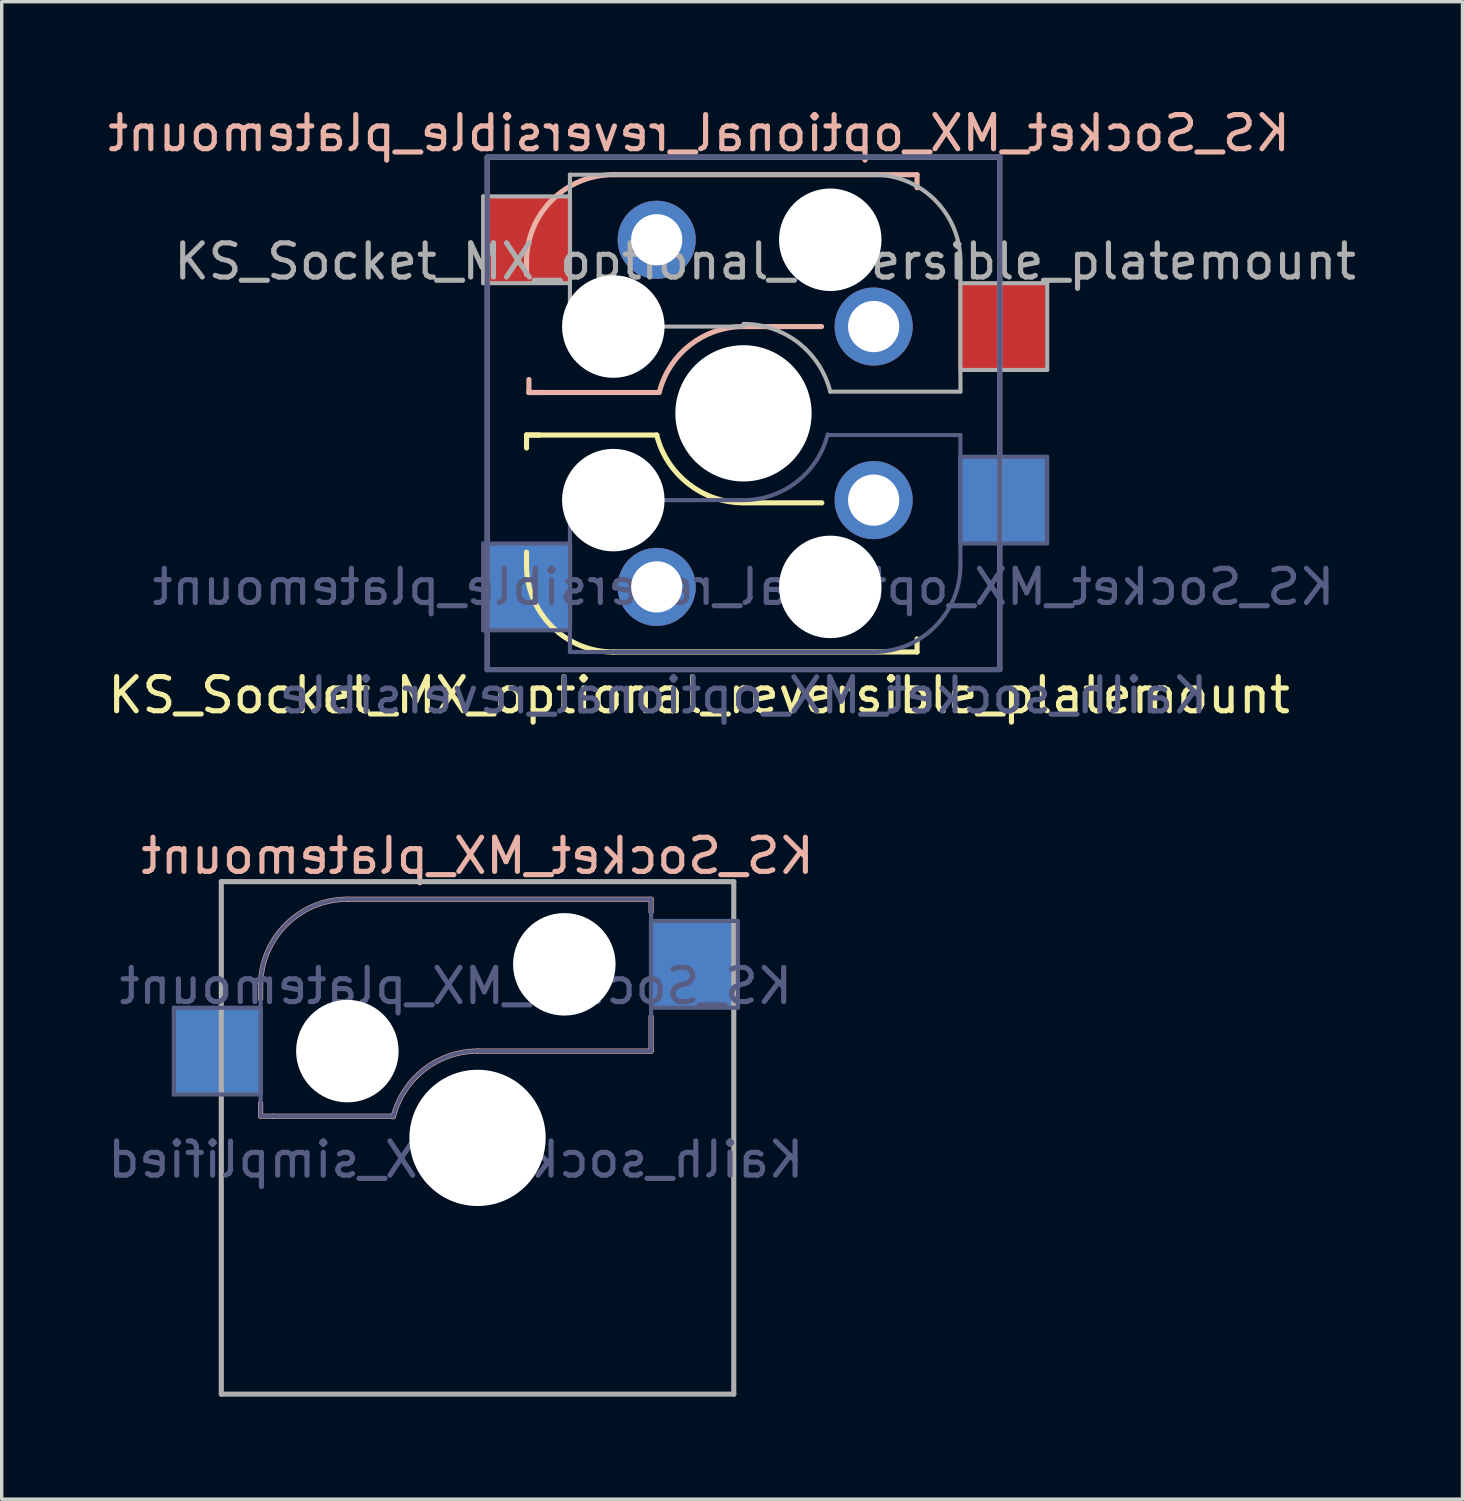
<source format=kicad_pcb>
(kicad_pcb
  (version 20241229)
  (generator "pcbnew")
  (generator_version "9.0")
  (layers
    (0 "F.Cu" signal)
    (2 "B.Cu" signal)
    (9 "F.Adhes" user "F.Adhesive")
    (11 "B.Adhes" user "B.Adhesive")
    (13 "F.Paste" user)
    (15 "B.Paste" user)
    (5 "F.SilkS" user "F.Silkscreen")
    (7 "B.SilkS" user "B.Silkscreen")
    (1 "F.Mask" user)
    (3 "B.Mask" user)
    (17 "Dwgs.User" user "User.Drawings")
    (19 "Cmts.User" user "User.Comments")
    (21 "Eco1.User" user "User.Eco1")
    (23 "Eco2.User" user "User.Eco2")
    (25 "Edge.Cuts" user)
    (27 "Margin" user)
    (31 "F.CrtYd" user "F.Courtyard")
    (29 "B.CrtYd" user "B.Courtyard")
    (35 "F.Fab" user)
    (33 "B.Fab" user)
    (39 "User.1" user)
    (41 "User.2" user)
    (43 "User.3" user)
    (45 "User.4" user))
  (footprint "KS_Socket_MX_platemount"
    (layer "F.Cu")
    (at 10.927 30.255)
    (property "Reference" "KS_Socket_MX_platemount" (at 0 -8.255 0) (layer "B.SilkS") (effects (font (size 1 1) (thickness 0.15)) (justify mirror)))
    (property "Value" "Kailh_socket_MX_simplified" (at 0 8.255 0) (layer "F.Fab") (hide yes) (effects (font (size 1 1) (thickness 0.15))))
    (attr smd)
    (fp_line (start -6.35 -4.445) (end -6.35 -4.064) (stroke (width 0.15) (type solid)) (layer "B.SilkS"))
    (fp_line (start -6.35 -1.016) (end -6.35 -0.635) (stroke (width 0.15) (type solid)) (layer "B.SilkS"))
    (fp_line (start -5.969 -0.635) (end -6.35 -0.635) (stroke (width 0.15) (type solid)) (layer "B.SilkS"))
    (fp_line (start -3.81 -6.985) (end 5.08 -6.985) (stroke (width 0.15) (type solid)) (layer "B.SilkS"))
    (fp_line (start -2.464 -0.635) (end -5.969 -0.635) (stroke (width 0.15) (type solid)) (layer "B.SilkS"))
    (fp_line (start 5.08 -6.985) (end 5.08 -6.604) (stroke (width 0.15) (type solid)) (layer "B.SilkS"))
    (fp_line (start 5.08 -3.556) (end 5.08 -2.54) (stroke (width 0.15) (type solid)) (layer "B.SilkS"))
    (fp_line (start 5.08 -2.54) (end 0 -2.54) (stroke (width 0.15) (type solid)) (layer "B.SilkS"))
    (fp_arc (start -6.35 -4.445) (mid -5.606051 -6.241051) (end -3.81 -6.985) (stroke (width 0.15) (type solid)) (layer "B.SilkS"))
    (fp_arc (start -2.464162 -0.61604) (mid -1.563147 -2.002042) (end 0 -2.54) (stroke (width 0.15) (type solid)) (layer "B.SilkS"))
    (fp_line (start -6.9 6.9) (end -6.9 -6.9) (stroke (width 0.15) (type solid)) (layer "Eco2.User"))
    (fp_line (start -6.9 6.9) (end 6.9 6.9) (stroke (width 0.15) (type solid)) (layer "Eco2.User"))
    (fp_line (start 6.9 -6.9) (end -6.9 -6.9) (stroke (width 0.15) (type solid)) (layer "Eco2.User"))
    (fp_line (start 6.9 -6.9) (end 6.9 6.9) (stroke (width 0.15) (type solid)) (layer "Eco2.User"))
    (fp_line (start -8.89 -3.81) (end -6.35 -3.81) (stroke (width 0.12) (type solid)) (layer "B.Fab"))
    (fp_line (start -8.89 -1.27) (end -8.89 -3.81) (stroke (width 0.12) (type solid)) (layer "B.Fab"))
    (fp_line (start -6.35 -1.27) (end -8.89 -1.27) (stroke (width 0.12) (type solid)) (layer "B.Fab"))
    (fp_line (start -6.35 -0.635) (end -6.35 -4.445) (stroke (width 0.12) (type solid)) (layer "B.Fab"))
    (fp_line (start -6.35 -0.635) (end -2.54 -0.635) (stroke (width 0.12) (type solid)) (layer "B.Fab"))
    (fp_line (start -3.81 -6.985) (end 5.08 -6.985) (stroke (width 0.12) (type solid)) (layer "B.Fab"))
    (fp_line (start 5.08 -6.985) (end 5.08 -2.54) (stroke (width 0.12) (type solid)) (layer "B.Fab"))
    (fp_line (start 5.08 -6.35) (end 7.62 -6.35) (stroke (width 0.12) (type solid)) (layer "B.Fab"))
    (fp_line (start 5.08 -2.54) (end 0 -2.54) (stroke (width 0.12) (type solid)) (layer "B.Fab"))
    (fp_line (start 7.62 -6.35) (end 7.62 -3.81) (stroke (width 0.12) (type solid)) (layer "B.Fab"))
    (fp_line (start 7.62 -3.81) (end 5.08 -3.81) (stroke (width 0.12) (type solid)) (layer "B.Fab"))
    (fp_arc (start -6.35 -4.445) (mid -5.606051 -6.241051) (end -3.81 -6.985) (stroke (width 0.12) (type solid)) (layer "B.Fab"))
    (fp_arc (start -2.464162 -0.61604) (mid -1.563147 -2.002042) (end 0 -2.54) (stroke (width 0.12) (type solid)) (layer "B.Fab"))
    (fp_line (start -7.5 -7.5) (end 7.5 -7.5) (stroke (width 0.15) (type solid)) (layer "F.Fab"))
    (fp_line (start -7.5 7.5) (end -7.5 -7.5) (stroke (width 0.15) (type solid)) (layer "F.Fab"))
    (fp_line (start 7.5 -7.5) (end 7.5 7.5) (stroke (width 0.15) (type solid)) (layer "F.Fab"))
    (fp_line (start 7.5 7.5) (end -7.5 7.5) (stroke (width 0.15) (type solid)) (layer "F.Fab"))
    (fp_text user "${VALUE}" (at -0.635 0.635 0) (layer "B.Fab") (effects (font (size 1 1) (thickness 0.15)) (justify mirror)))
    (fp_text user "${REFERENCE}" (at -0.635 -4.445 0) (layer "B.Fab") (effects (font (size 1 1) (thickness 0.15)) (justify mirror)))
    (pad "" np_thru_hole circle (at -3.81 -2.54) (size 3 3) (drill 3) (layers "*.Cu" "*.Mask"))
    (pad "" np_thru_hole circle (at 0 0) (size 3.988 3.988) (drill 3.988) (layers "*.Cu" "*.Mask"))
    (pad "" np_thru_hole circle (at 2.54 -5.08) (size 3 3) (drill 3) (layers "*.Cu" "*.Mask"))
    (pad "1" smd rect (at -7.56 -2.54) (size 2.55 2.5) (layers "B.Cu" "B.Mask" "B.Paste"))
    (pad "2" smd rect (at 6.29 -5.08) (size 2.55 2.5) (layers "B.Cu" "B.Mask" "B.Paste")))
  (footprint "KS_Socket_MX_optional_reversible_platemount"
    (layer "F.Cu")
    (at 18.711 9.048)
    (property "Reference" "KS_Socket_MX_optional_reversible_platemount" (at -1.3 -8.2 0) (layer "B.SilkS") (effects (font (size 1 1) (thickness 0.15)) (justify mirror)))
    (property "Value" "Kailh_socket_MX_optional_reversible" (at 0 8.255 0) (layer "F.Fab") (hide yes) (effects (font (size 1 1) (thickness 0.15))))
    (attr smd)
    (fp_line (start -6.35 0.635) (end -6.35 1.016) (stroke (width 0.15) (type solid)) (layer "F.SilkS"))
    (fp_line (start -6.35 4.445) (end -6.35 4.064) (stroke (width 0.15) (type solid)) (layer "F.SilkS"))
    (fp_line (start -5.969 0.635) (end -6.35 0.635) (stroke (width 0.15) (type solid)) (layer "F.SilkS"))
    (fp_line (start -3.81 6.985) (end 5.08 6.985) (stroke (width 0.15) (type solid)) (layer "F.SilkS"))
    (fp_line (start -2.54 0.635) (end -6.35 0.635) (stroke (width 0.15) (type solid)) (layer "F.SilkS"))
    (fp_line (start 2.293 2.62) (end 0.007 2.62) (stroke (width 0.15) (type solid)) (layer "F.SilkS"))
    (fp_line (start 5.08 6.985) (end 5.08 6.604) (stroke (width 0.15) (type solid)) (layer "F.SilkS"))
    (fp_arc (start -3.81 6.985) (mid -5.606051 6.241051) (end -6.35 4.445) (stroke (width 0.15) (type solid)) (layer "F.SilkS"))
    (fp_arc (start -0.000001 2.618171) (mid -1.611255 2.063656) (end -2.539999 0.634999) (stroke (width 0.15) (type solid)) (layer "F.SilkS"))
    (fp_line (start -6.35 -4.445) (end -6.35 -4.064) (stroke (width 0.15) (type solid)) (layer "B.SilkS"))
    (fp_line (start -6.28 -0.991) (end -6.28 -0.61) (stroke (width 0.15) (type solid)) (layer "B.SilkS"))
    (fp_line (start -6.28 -0.61) (end -5.899 -0.61) (stroke (width 0.15) (type solid)) (layer "B.SilkS"))
    (fp_line (start -6.28 -0.61) (end -2.47 -0.61) (stroke (width 0.15) (type solid)) (layer "B.SilkS"))
    (fp_line (start 0 -2.54) (end 2.286 -2.54) (stroke (width 0.15) (type solid)) (layer "B.SilkS"))
    (fp_line (start 5.08 -6.985) (end -3.81 -6.985) (stroke (width 0.15) (type solid)) (layer "B.SilkS"))
    (fp_line (start 5.08 -6.604) (end 5.08 -6.985) (stroke (width 0.15) (type solid)) (layer "B.SilkS"))
    (fp_arc (start -6.35 -4.445) (mid -5.606051 -6.241051) (end -3.81 -6.985) (stroke (width 0.15) (type solid)) (layer "B.SilkS"))
    (fp_arc (start -2.464162 -0.61604) (mid -1.563147 -2.002042) (end 0 -2.54) (stroke (width 0.15) (type solid)) (layer "B.SilkS"))
    (fp_line (start -6.9 6.9) (end -6.9 -6.9) (stroke (width 0.15) (type solid)) (layer "Eco2.User"))
    (fp_line (start -6.9 6.9) (end 6.9 6.9) (stroke (width 0.15) (type solid)) (layer "Eco2.User"))
    (fp_line (start 6.9 -6.9) (end -6.9 -6.9) (stroke (width 0.15) (type solid)) (layer "Eco2.User"))
    (fp_line (start 6.9 -6.9) (end 6.9 6.9) (stroke (width 0.15) (type solid)) (layer "Eco2.User"))
    (fp_line (start -7.62 3.81) (end -7.62 6.35) (stroke (width 0.12) (type solid)) (layer "B.Fab"))
    (fp_line (start -7.62 6.35) (end -5.08 6.35) (stroke (width 0.12) (type solid)) (layer "B.Fab"))
    (fp_line (start -7.5 -7.5) (end 7.5 -7.5) (stroke (width 0.15) (type solid)) (layer "B.Fab"))
    (fp_line (start -7.5 7.5) (end -7.5 -7.5) (stroke (width 0.15) (type solid)) (layer "B.Fab"))
    (fp_line (start -5.08 2.54) (end -5.08 6.985) (stroke (width 0.12) (type solid)) (layer "B.Fab"))
    (fp_line (start -5.08 3.81) (end -7.62 3.81) (stroke (width 0.12) (type solid)) (layer "B.Fab"))
    (fp_line (start -5.08 6.985) (end 3.81 6.985) (stroke (width 0.12) (type solid)) (layer "B.Fab"))
    (fp_line (start 0 2.54) (end -5.08 2.54) (stroke (width 0.12) (type solid)) (layer "B.Fab"))
    (fp_line (start 6.35 0.635) (end 2.54 0.635) (stroke (width 0.12) (type solid)) (layer "B.Fab"))
    (fp_line (start 6.35 3.81) (end 8.89 3.81) (stroke (width 0.12) (type solid)) (layer "B.Fab"))
    (fp_line (start 6.35 4.445) (end 6.35 0.635) (stroke (width 0.12) (type solid)) (layer "B.Fab"))
    (fp_line (start 7.5 -7.5) (end 7.5 7.5) (stroke (width 0.15) (type solid)) (layer "B.Fab"))
    (fp_line (start 7.5 7.5) (end -7.5 7.5) (stroke (width 0.15) (type solid)) (layer "B.Fab"))
    (fp_line (start 8.89 1.27) (end 6.35 1.27) (stroke (width 0.12) (type solid)) (layer "B.Fab"))
    (fp_line (start 8.89 3.81) (end 8.89 1.27) (stroke (width 0.12) (type solid)) (layer "B.Fab"))
    (fp_arc (start 2.464162 0.61604) (mid 1.563147 2.002042) (end 0 2.54) (stroke (width 0.12) (type solid)) (layer "B.Fab"))
    (fp_arc (start 6.35 4.445) (mid 5.606051 6.241051) (end 3.81 6.985) (stroke (width 0.12) (type solid)) (layer "B.Fab"))
    (fp_line (start -7.62 -6.35) (end -7.62 -3.81) (stroke (width 0.12) (type solid)) (layer "F.Fab"))
    (fp_line (start -7.62 -3.81) (end -5.08 -3.81) (stroke (width 0.12) (type solid)) (layer "F.Fab"))
    (fp_line (start -7.5 -7.5) (end 7.5 -7.5) (stroke (width 0.15) (type solid)) (layer "F.Fab"))
    (fp_line (start -7.5 7.5) (end -7.5 -7.5) (stroke (width 0.15) (type solid)) (layer "F.Fab"))
    (fp_line (start -5.08 -6.985) (end -5.08 -2.54) (stroke (width 0.12) (type solid)) (layer "F.Fab"))
    (fp_line (start -5.08 -6.35) (end -7.62 -6.35) (stroke (width 0.12) (type solid)) (layer "F.Fab"))
    (fp_line (start -5.08 -2.54) (end 0 -2.54) (stroke (width 0.12) (type solid)) (layer "F.Fab"))
    (fp_line (start 2.54 -0.635) (end 6.35 -0.635) (stroke (width 0.12) (type solid)) (layer "F.Fab"))
    (fp_line (start 3.81 -6.985) (end -5.08 -6.985) (stroke (width 0.12) (type solid)) (layer "F.Fab"))
    (fp_line (start 6.35 -1.27) (end 8.89 -1.27) (stroke (width 0.12) (type solid)) (layer "F.Fab"))
    (fp_line (start 6.35 -0.635) (end 6.35 -4.445) (stroke (width 0.12) (type solid)) (layer "F.Fab"))
    (fp_line (start 7.5 -7.5) (end 7.5 7.5) (stroke (width 0.15) (type solid)) (layer "F.Fab"))
    (fp_line (start 7.5 7.5) (end -7.5 7.5) (stroke (width 0.15) (type solid)) (layer "F.Fab"))
    (fp_line (start 8.89 -3.81) (end 6.35 -3.81) (stroke (width 0.12) (type solid)) (layer "F.Fab"))
    (fp_line (start 8.89 -1.27) (end 8.89 -3.81) (stroke (width 0.12) (type solid)) (layer "F.Fab"))
    (fp_arc (start 0.000001 -2.618171) (mid 1.611255 -2.063656) (end 2.539999 -0.634999) (stroke (width 0.12) (type solid)) (layer "F.Fab"))
    (fp_arc (start 3.81 -6.985) (mid 5.606051 -6.241051) (end 6.35 -4.445) (stroke (width 0.12) (type solid)) (layer "F.Fab"))
    (fp_text user "${REFERENCE}" (at -1.3 8.25 0) (layer "F.SilkS") (effects (font (size 1 1) (thickness 0.15))))
    (fp_text user "${VALUE}" (at 0 8.255 0) (layer "B.Fab") (effects (font (size 1 1) (thickness 0.15)) (justify mirror)))
    (fp_text user "${REFERENCE}" (at 0 5.08 0) (layer "B.Fab") (effects (font (size 1 1) (thickness 0.15)) (justify mirror)))
    (fp_text user "${REFERENCE}" (at 0.635 -4.445 0) (layer "F.Fab") (effects (font (size 1 1) (thickness 0.15))))
    (pad "" np_thru_hole circle (at -3.81 -2.54 180) (size 3 3) (drill 3) (layers "*.Cu" "*.Mask"))
    (pad "" np_thru_hole circle (at -3.81 2.54 180) (size 3 3) (drill 3) (layers "*.Cu" "*.Mask"))
    (pad "" np_thru_hole circle (at 0 0 180) (size 3.988 3.988) (drill 3.988) (layers "*.Cu" "*.Mask"))
    (pad "" np_thru_hole circle (at 2.54 -5.08 180) (size 3 3) (drill 3) (layers "*.Cu" "*.Mask"))
    (pad "" np_thru_hole circle (at 2.54 5.08 180) (size 3 3) (drill 3) (layers "*.Cu" "*.Mask"))
    (pad "1" smd rect (at -6.29 -5.08) (size 2.55 2.5) (layers "F.Cu" "F.Mask" "F.Paste"))
    (pad "1" smd rect (at -6.29 5.08) (size 2.55 2.5) (layers "B.Cu" "B.Mask" "B.Paste"))
    (pad "1" thru_hole circle (at 3.81 -2.54 180) (size 2.286 2.286) (drill 1.499) (layers "*.Cu" "*.Mask"))
    (pad "1" thru_hole circle (at 3.81 2.54 180) (size 2.286 2.286) (drill 1.499) (layers "*.Cu" "*.Mask"))
    (pad "2" thru_hole circle (at -2.54 -5.08 180) (size 2.286 2.286) (drill 1.499) (layers "*.Cu" "*.Mask"))
    (pad "2" thru_hole circle (at -2.54 5.08 180) (size 2.286 2.286) (drill 1.499) (layers "*.Cu" "*.Mask"))
    (pad "2" smd rect (at 7.56 -2.54) (size 2.55 2.5) (layers "F.Cu" "F.Mask" "F.Paste"))
    (pad "2" smd rect (at 7.56 2.54) (size 2.55 2.5) (layers "B.Cu" "B.Mask" "B.Paste")))
  (gr_rect
    (start -3 -3)
    (end 39.756 40.83)
    (stroke (width 0.1) (type default))
    (fill no)
    (layer "Edge.Cuts")))
</source>
